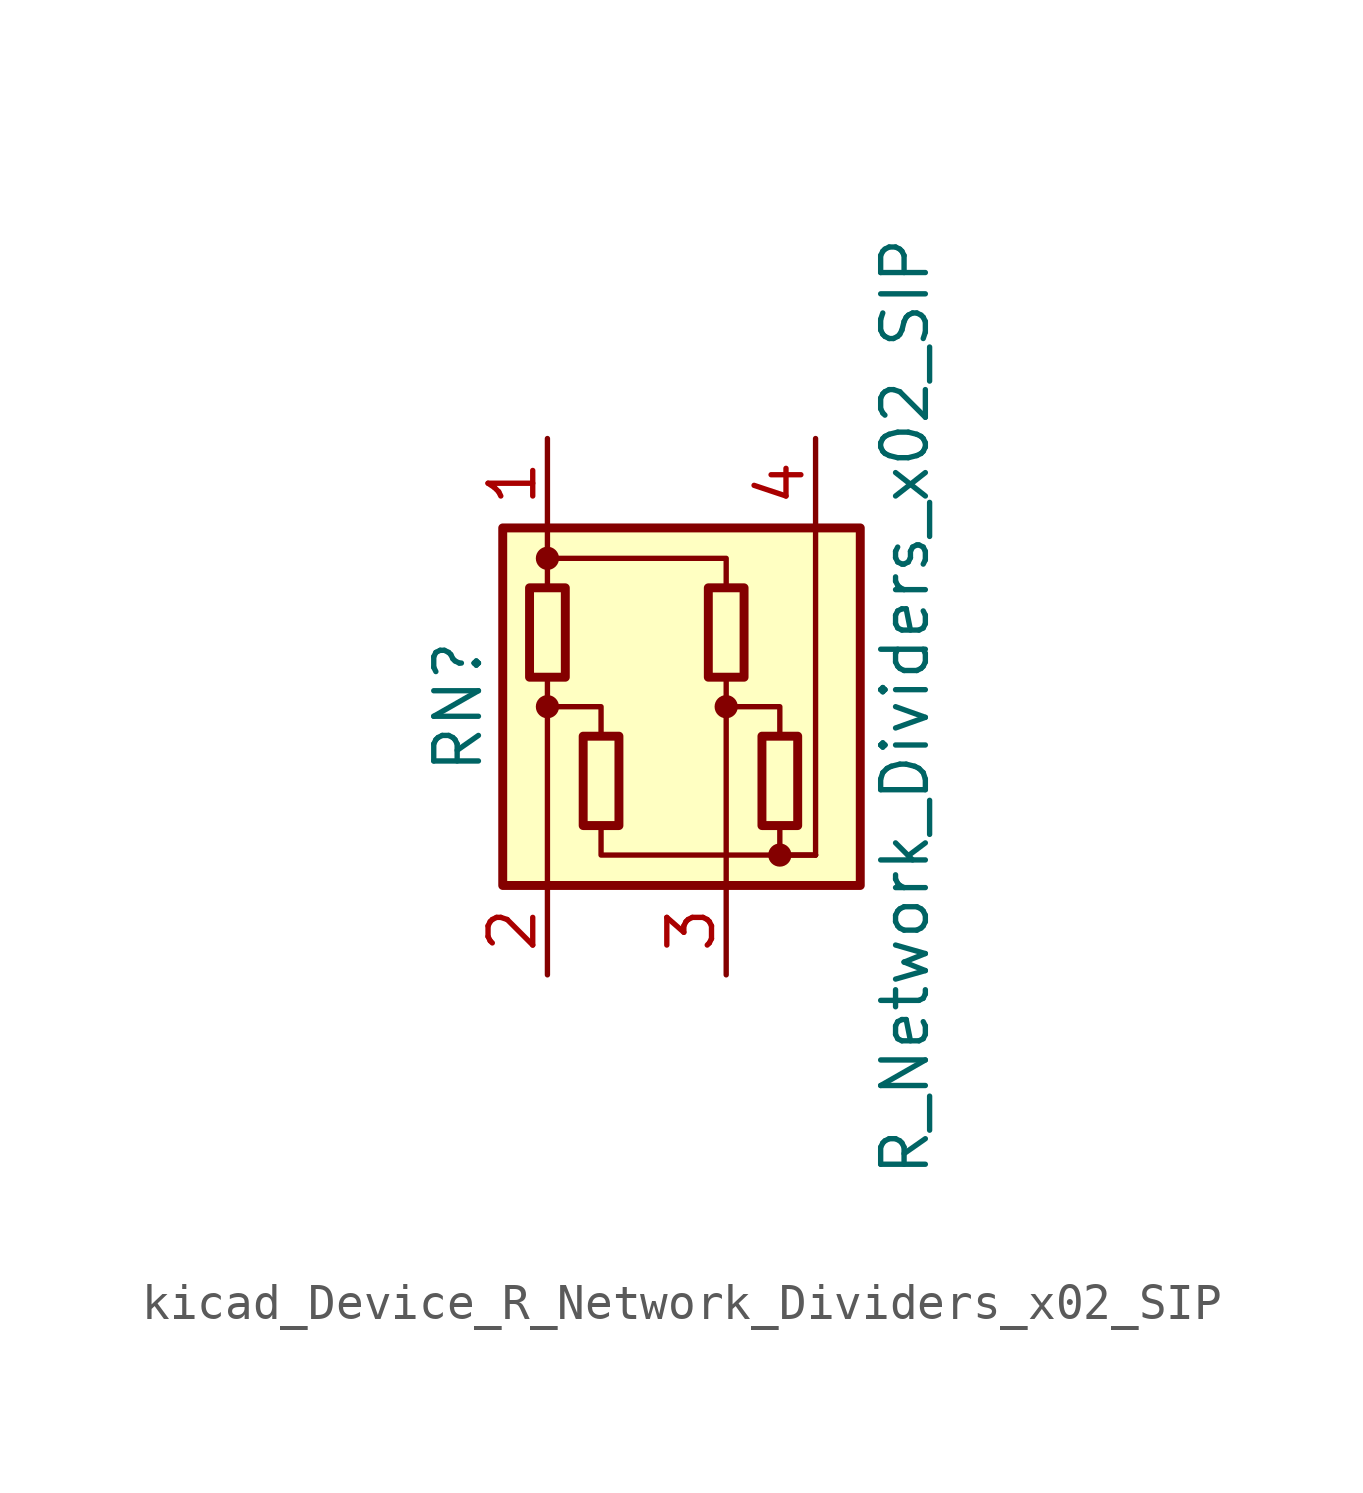
<source format=kicad_sym>
(kicad_symbol_lib
  (version 20220914)
  (generator kicad_symbol_editor)
  (symbol "kicad_Device_R_Network_Dividers_x02_SIP"
    (pin_names
      (offset 0) hide)
    (property "Reference" "RN"
      (at -7.62 0 90)
      (effects (font (size 1.27 1.27))))
    (property "Value" "R_Network_Dividers_x02_SIP"
      (at 5.08 0 90)
      (effects (font (size 1.27 1.27))))
    (symbol "kicad_Device_R_Network_Dividers_x02_SIP_0_1"
      (rectangle (start -6.35 -5.08) (end 3.81 5.08) (stroke (width 0.254) (type default)) (fill (type background)))
      (rectangle (start -5.588 3.378) (end -4.572 0.838) (stroke (width 0.254) (type default)) (fill (type none)))
      (circle (center -5.08 0) (radius 0.254) (stroke (width 0) (type default)) (fill (type outline)))
      (circle (center -5.08 4.216) (radius 0.254) (stroke (width 0) (type default)) (fill (type outline)))
      (rectangle (start -4.064 -3.378) (end -3.048 -0.838) (stroke (width 0.254) (type default)) (fill (type none)))
      (rectangle (start -0.508 3.378) (end 0.508 0.838) (stroke (width 0.254) (type default)) (fill (type none)))
      (polyline (pts (xy -5.08 -5.08) (xy -5.08 0.838)) (stroke (width 0) (type default)) (fill (type none)))
      (polyline (pts (xy -5.08 5.08) (xy -5.08 3.378)) (stroke (width 0) (type default)) (fill (type none)))
      (polyline (pts (xy 0 -5.08) (xy 0 0.838)) (stroke (width 0) (type default)) (fill (type none)))
      (polyline (pts (xy 2.54 -4.216) (xy 2.54 5.08)) (stroke (width 0) (type default)) (fill (type none)))
      (polyline (pts (xy -5.08 0) (xy -3.556 0) (xy -3.556 -0.838)) (stroke (width 0) (type default)) (fill (type none)))
      (polyline (pts (xy -5.08 4.216) (xy 0 4.216) (xy 0 3.378)) (stroke (width 0) (type default)) (fill (type none)))
      (polyline (pts (xy -3.556 -3.378) (xy -3.556 -4.216) (xy 2.54 -4.216)) (stroke (width 0) (type default)) (fill (type none)))
      (polyline (pts (xy 0 0) (xy 1.524 0) (xy 1.524 -0.838)) (stroke (width 0) (type default)) (fill (type none)))
      (polyline (pts (xy 1.524 -3.378) (xy 1.524 -4.216) (xy 2.54 -4.216)) (stroke (width 0) (type default)) (fill (type none)))
      (circle (center 0 0) (radius 0.254) (stroke (width 0) (type default)) (fill (type outline)))
      (rectangle (start 1.016 -3.378) (end 2.032 -0.838) (stroke (width 0.254) (type default)) (fill (type none)))
      (circle (center 1.524 -4.216) (radius 0.254) (stroke (width 0) (type default)) (fill (type outline))))
    (symbol "kicad_Device_R_Network_Dividers_x02_SIP_1_1"
      (pin passive line (at -5.08 7.62 270) (length 2.54) (name "COM1" (effects (font (size 1.27 1.27)))) (number "1" (effects (font (size 1.27 1.27)))))
      (pin passive line (at -5.08 -7.62 90) (length 2.54) (name "R1" (effects (font (size 1.27 1.27)))) (number "2" (effects (font (size 1.27 1.27)))))
      (pin passive line (at 0 -7.62 90) (length 2.54) (name "R2" (effects (font (size 1.27 1.27)))) (number "3" (effects (font (size 1.27 1.27)))))
      (pin passive line (at 2.54 7.62 270) (length 2.54) (name "COM2" (effects (font (size 1.27 1.27)))) (number "4" (effects (font (size 1.27 1.27))))))))
</source>
